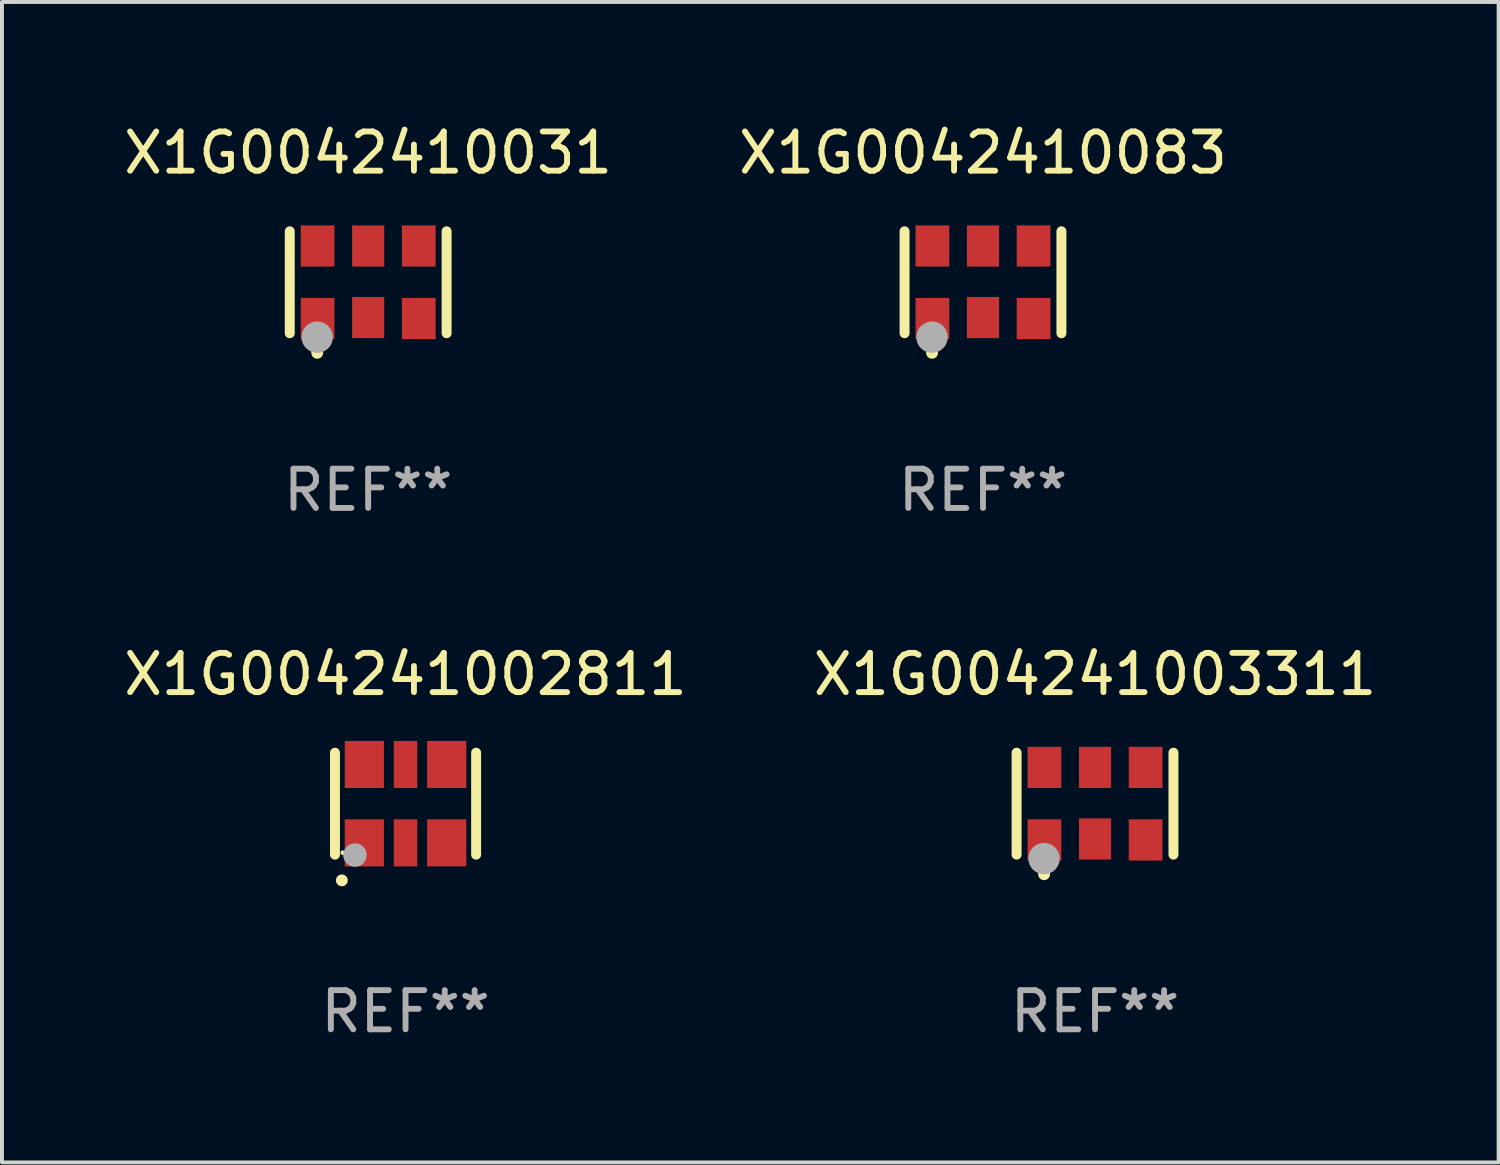
<source format=kicad_pcb>
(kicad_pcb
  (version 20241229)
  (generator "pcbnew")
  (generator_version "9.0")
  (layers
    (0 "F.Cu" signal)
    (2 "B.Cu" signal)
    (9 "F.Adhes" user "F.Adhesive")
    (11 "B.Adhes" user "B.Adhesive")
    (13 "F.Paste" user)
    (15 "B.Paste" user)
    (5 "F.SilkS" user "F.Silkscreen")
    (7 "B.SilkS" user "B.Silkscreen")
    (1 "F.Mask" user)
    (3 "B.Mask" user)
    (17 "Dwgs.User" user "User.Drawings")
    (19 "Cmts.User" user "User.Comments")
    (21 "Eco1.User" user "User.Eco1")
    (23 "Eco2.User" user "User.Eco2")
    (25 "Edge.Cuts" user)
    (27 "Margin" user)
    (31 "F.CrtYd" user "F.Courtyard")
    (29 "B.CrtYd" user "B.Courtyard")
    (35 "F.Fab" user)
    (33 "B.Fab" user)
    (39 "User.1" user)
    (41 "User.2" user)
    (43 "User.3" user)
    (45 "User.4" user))
  (footprint "X1G0042410083"
    (layer "F.Cu")
    (at 22.018 4.148)
    (property "Reference" "X1G0042410083" (at 0 -3.3 0) (layer "F.SilkS") (effects (font (size 1 1) (thickness 0.15))))
    (attr through_hole)
    (fp_line (start -2 -1.3) (end -2 1.3) (stroke (width 0.254) (type solid)) (layer "F.SilkS"))
    (fp_line (start 2 -1.3) (end 2 1.3) (stroke (width 0.254) (type solid)) (layer "F.SilkS"))
    (fp_arc (start -1.3 1.8) (mid -1.29873 1.799995) (end -1.29746 1.8) (stroke (width 0.3) (type solid)) (layer "F.SilkS"))
    (fp_circle (center -1.6 1.25) (end -1.57 1.25) (stroke (width 0.06) (type solid)) (fill no) (layer "F.SilkS"))
    (fp_circle (center -1.3 1.4) (end -1.1 1.4) (stroke (width 0.4) (type solid)) (fill no) (layer "F.Fab"))
    (fp_text user "REF**" (at 0 5.3 0) (layer "F.Fab") (effects (font (size 1 1) (thickness 0.15))))
    (pad "1" smd rect (at -1.29 0.925) (size 0.86 1.05) (layers "F.Cu" "F.Mask" "F.Paste"))
    (pad "2" smd rect (at 0 0.9) (size 0.82 1.05) (layers "F.Cu" "F.Mask" "F.Paste"))
    (pad "3" smd rect (at 1.29 0.925) (size 0.86 1.05) (layers "F.Cu" "F.Mask" "F.Paste"))
    (pad "4" smd rect (at 1.29 -0.925) (size 0.86 1.05) (layers "F.Cu" "F.Mask" "F.Paste"))
    (pad "5" smd rect (at 0 -0.925) (size 0.82 1.05) (layers "F.Cu" "F.Mask" "F.Paste"))
    (pad "6" smd rect (at -1.29 -0.925) (size 0.86 1.05) (layers "F.Cu" "F.Mask" "F.Paste")))
  (footprint "X1G004241003311"
    (layer "F.Cu")
    (at 24.875 17.445)
    (property "Reference" "X1G004241003311" (at 0 -3.3 0) (layer "F.SilkS") (effects (font (size 1 1) (thickness 0.15))))
    (attr through_hole)
    (fp_line (start -2 -1.3) (end -2 1.3) (stroke (width 0.254) (type solid)) (layer "F.SilkS"))
    (fp_line (start 2 -1.3) (end 2 1.3) (stroke (width 0.254) (type solid)) (layer "F.SilkS"))
    (fp_arc (start -1.3 1.8) (mid -1.29873 1.799995) (end -1.29746 1.8) (stroke (width 0.3) (type solid)) (layer "F.SilkS"))
    (fp_circle (center -1.6 1.25) (end -1.57 1.25) (stroke (width 0.06) (type solid)) (fill no) (layer "F.SilkS"))
    (fp_circle (center -1.3 1.4) (end -1.1 1.4) (stroke (width 0.4) (type solid)) (fill no) (layer "F.Fab"))
    (fp_text user "REF**" (at 0 5.3 0) (layer "F.Fab") (effects (font (size 1 1) (thickness 0.15))))
    (pad "1" smd rect (at -1.29 0.925) (size 0.86 1.05) (layers "F.Cu" "F.Mask" "F.Paste"))
    (pad "2" smd rect (at 0 0.9) (size 0.82 1.05) (layers "F.Cu" "F.Mask" "F.Paste"))
    (pad "3" smd rect (at 1.29 0.925) (size 0.86 1.05) (layers "F.Cu" "F.Mask" "F.Paste"))
    (pad "4" smd rect (at 1.29 -0.925) (size 0.86 1.05) (layers "F.Cu" "F.Mask" "F.Paste"))
    (pad "5" smd rect (at 0 -0.925) (size 0.82 1.05) (layers "F.Cu" "F.Mask" "F.Paste"))
    (pad "6" smd rect (at -1.29 -0.925) (size 0.86 1.05) (layers "F.Cu" "F.Mask" "F.Paste")))
  (footprint "X1G004241002811"
    (layer "F.Cu")
    (at 7.292 17.445)
    (property "Reference" "X1G004241002811" (at 0 -3.3 0) (layer "F.SilkS") (effects (font (size 1 1) (thickness 0.15))))
    (attr through_hole)
    (fp_line (start -1.8 -1.3) (end -1.8 1.3) (stroke (width 0.254) (type solid)) (layer "F.SilkS"))
    (fp_line (start 1.8 -1.3) (end 1.8 1.3) (stroke (width 0.254) (type solid)) (layer "F.SilkS"))
    (fp_arc (start -1.625603 1.955804) (mid -1.624333 1.955799) (end -1.623063 1.955804) (stroke (width 0.3) (type solid)) (layer "F.SilkS"))
    (fp_circle (center -1.6 1.25) (end -1.57 1.25) (stroke (width 0.06) (type solid)) (fill no) (layer "F.SilkS"))
    (fp_circle (center -1.29 1.31) (end -1.14 1.31) (stroke (width 0.3) (type solid)) (fill no) (layer "F.Fab"))
    (fp_text user "REF**" (at 0 5.3 0) (layer "F.Fab") (effects (font (size 1 1) (thickness 0.15))))
    (pad "1" smd rect (at -1.05 1) (size 1 1.2) (layers "F.Cu" "F.Mask" "F.Paste"))
    (pad "2" smd rect (at 0 1) (size 0.6 1.2) (layers "F.Cu" "F.Mask" "F.Paste"))
    (pad "3" smd rect (at 1.05 1) (size 1 1.2) (layers "F.Cu" "F.Mask" "F.Paste"))
    (pad "4" smd rect (at 1.05 -1) (size 1 1.2) (layers "F.Cu" "F.Mask" "F.Paste"))
    (pad "5" smd rect (at 0 -1) (size 0.6 1.2) (layers "F.Cu" "F.Mask" "F.Paste"))
    (pad "6" smd rect (at -1.05 -1) (size 1 1.2) (layers "F.Cu" "F.Mask" "F.Paste")))
  (footprint "X1G0042410031"
    (layer "F.Cu")
    (at 6.339 4.148)
    (property "Reference" "X1G0042410031" (at 0 -3.3 0) (layer "F.SilkS") (effects (font (size 1 1) (thickness 0.15))))
    (attr through_hole)
    (fp_line (start -2 -1.3) (end -2 1.3) (stroke (width 0.254) (type solid)) (layer "F.SilkS"))
    (fp_line (start 2 -1.3) (end 2 1.3) (stroke (width 0.254) (type solid)) (layer "F.SilkS"))
    (fp_arc (start -1.3 1.8) (mid -1.29873 1.799995) (end -1.29746 1.8) (stroke (width 0.3) (type solid)) (layer "F.SilkS"))
    (fp_circle (center -1.6 1.25) (end -1.57 1.25) (stroke (width 0.06) (type solid)) (fill no) (layer "F.SilkS"))
    (fp_circle (center -1.3 1.4) (end -1.1 1.4) (stroke (width 0.4) (type solid)) (fill no) (layer "F.Fab"))
    (fp_text user "REF**" (at 0 5.3 0) (layer "F.Fab") (effects (font (size 1 1) (thickness 0.15))))
    (pad "1" smd rect (at -1.29 0.925) (size 0.86 1.05) (layers "F.Cu" "F.Mask" "F.Paste"))
    (pad "2" smd rect (at 0 0.9) (size 0.82 1.05) (layers "F.Cu" "F.Mask" "F.Paste"))
    (pad "3" smd rect (at 1.29 0.925) (size 0.86 1.05) (layers "F.Cu" "F.Mask" "F.Paste"))
    (pad "4" smd rect (at 1.29 -0.925) (size 0.86 1.05) (layers "F.Cu" "F.Mask" "F.Paste"))
    (pad "5" smd rect (at 0 -0.925) (size 0.82 1.05) (layers "F.Cu" "F.Mask" "F.Paste"))
    (pad "6" smd rect (at -1.29 -0.925) (size 0.86 1.05) (layers "F.Cu" "F.Mask" "F.Paste")))
  (gr_rect
    (start -3 -3)
    (end 35.167 26.593)
    (stroke (width 0.1) (type default))
    (fill no)
    (layer "Edge.Cuts")))
</source>
